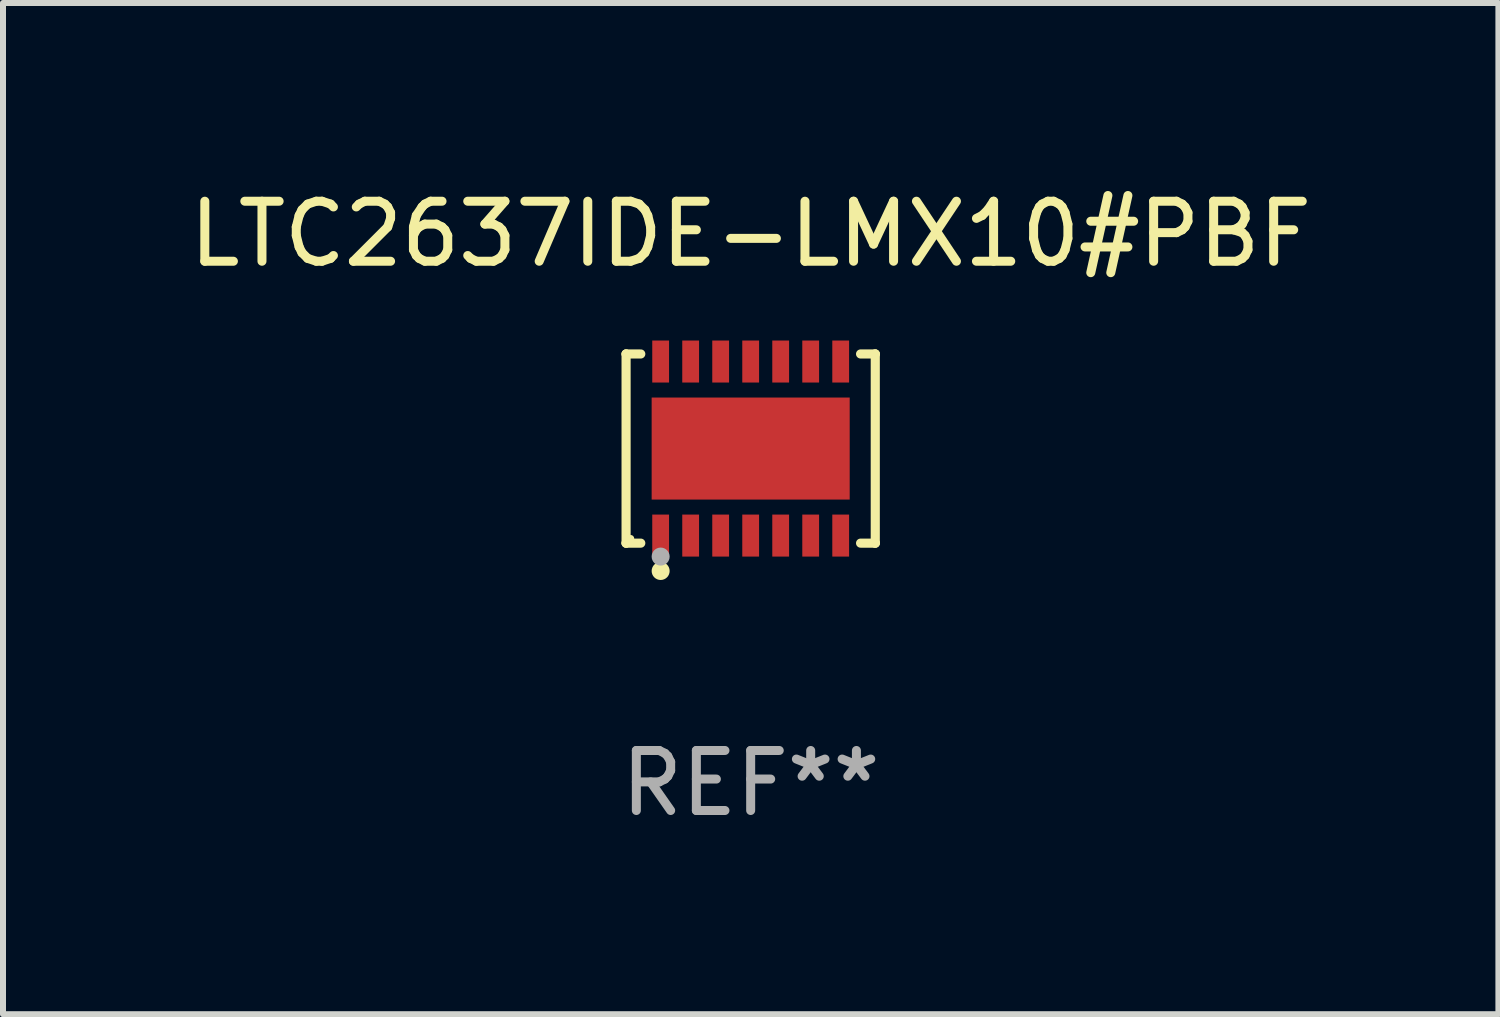
<source format=kicad_pcb>
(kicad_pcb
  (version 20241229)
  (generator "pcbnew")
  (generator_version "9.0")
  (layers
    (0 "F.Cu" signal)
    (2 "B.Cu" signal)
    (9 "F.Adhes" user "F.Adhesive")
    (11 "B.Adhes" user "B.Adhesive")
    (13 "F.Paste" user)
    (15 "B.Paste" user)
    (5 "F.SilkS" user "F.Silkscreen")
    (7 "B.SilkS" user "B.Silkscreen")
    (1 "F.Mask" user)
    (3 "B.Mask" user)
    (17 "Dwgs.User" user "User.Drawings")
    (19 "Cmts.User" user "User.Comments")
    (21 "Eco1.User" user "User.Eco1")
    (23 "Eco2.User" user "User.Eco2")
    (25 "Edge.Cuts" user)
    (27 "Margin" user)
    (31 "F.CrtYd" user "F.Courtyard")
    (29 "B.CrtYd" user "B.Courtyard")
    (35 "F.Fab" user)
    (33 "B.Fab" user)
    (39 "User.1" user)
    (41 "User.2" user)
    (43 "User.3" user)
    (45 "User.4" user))
  (footprint "LTC2637IDE-LMX10#PBF"
    (layer "F.Cu")
    (at 9.458 4.424)
    (property "Reference" "LTC2637IDE-LMX10#PBF" (at 0 -3.576 0) (layer "F.SilkS") (effects (font (size 1 1) (thickness 0.15))))
    (attr through_hole)
    (fp_line (start -2.076 -1.576) (end -2.076 -1.576) (stroke (width 0.152) (type solid)) (layer "F.SilkS"))
    (fp_line (start -2.076 -1.576) (end -1.831 -1.576) (stroke (width 0.152) (type solid)) (layer "F.SilkS"))
    (fp_line (start -2.076 1.576) (end -2.076 -1.576) (stroke (width 0.152) (type solid)) (layer "F.SilkS"))
    (fp_line (start -2.076 1.576) (end -2.076 1.576) (stroke (width 0.152) (type solid)) (layer "F.SilkS"))
    (fp_line (start -1.831 1.576) (end -2.076 1.576) (stroke (width 0.152) (type solid)) (layer "F.SilkS"))
    (fp_line (start 1.831 1.576) (end 2.076 1.576) (stroke (width 0.152) (type solid)) (layer "F.SilkS"))
    (fp_line (start 2.076 -1.576) (end 1.831 -1.576) (stroke (width 0.152) (type solid)) (layer "F.SilkS"))
    (fp_line (start 2.076 -1.576) (end 2.076 -1.576) (stroke (width 0.152) (type solid)) (layer "F.SilkS"))
    (fp_line (start 2.076 1.576) (end 2.076 -1.576) (stroke (width 0.152) (type solid)) (layer "F.SilkS"))
    (fp_line (start 2.076 1.576) (end 2.076 1.576) (stroke (width 0.152) (type solid)) (layer "F.SilkS"))
    (fp_circle (center -2 1.5) (end -1.97 1.5) (stroke (width 0.06) (type solid)) (fill no) (layer "F.SilkS"))
    (fp_circle (center -1.5 2.04) (end -1.425 2.04) (stroke (width 0.15) (type solid)) (fill no) (layer "F.SilkS"))
    (fp_circle (center -1.5 1.8) (end -1.425 1.8) (stroke (width 0.15) (type solid)) (fill no) (layer "F.Fab"))
    (fp_text user "REF**" (at 0 5.576 0) (layer "F.Fab") (effects (font (size 1 1) (thickness 0.15))))
    (pad "1" smd rect (at -1.5 1.45) (size 0.28 0.7) (layers "F.Cu" "F.Mask" "F.Paste"))
    (pad "2" smd rect (at -1 1.45) (size 0.28 0.7) (layers "F.Cu" "F.Mask" "F.Paste"))
    (pad "3" smd rect (at -0.5 1.45) (size 0.28 0.7) (layers "F.Cu" "F.Mask" "F.Paste"))
    (pad "4" smd rect (at 0 1.45) (size 0.28 0.7) (layers "F.Cu" "F.Mask" "F.Paste"))
    (pad "5" smd rect (at 0.5 1.45) (size 0.28 0.7) (layers "F.Cu" "F.Mask" "F.Paste"))
    (pad "6" smd rect (at 1 1.45) (size 0.28 0.7) (layers "F.Cu" "F.Mask" "F.Paste"))
    (pad "7" smd rect (at 1.5 1.45) (size 0.28 0.7) (layers "F.Cu" "F.Mask" "F.Paste"))
    (pad "8" smd rect (at 1.5 -1.45) (size 0.28 0.7) (layers "F.Cu" "F.Mask" "F.Paste"))
    (pad "9" smd rect (at 1 -1.45) (size 0.28 0.7) (layers "F.Cu" "F.Mask" "F.Paste"))
    (pad "10" smd rect (at 0.5 -1.45) (size 0.28 0.7) (layers "F.Cu" "F.Mask" "F.Paste"))
    (pad "11" smd rect (at 0 -1.45) (size 0.28 0.7) (layers "F.Cu" "F.Mask" "F.Paste"))
    (pad "12" smd rect (at -0.5 -1.45) (size 0.28 0.7) (layers "F.Cu" "F.Mask" "F.Paste"))
    (pad "13" smd rect (at -1 -1.45) (size 0.28 0.7) (layers "F.Cu" "F.Mask" "F.Paste"))
    (pad "14" smd rect (at -1.5 -1.45) (size 0.28 0.7) (layers "F.Cu" "F.Mask" "F.Paste"))
    (pad "15" smd rect (at 0 0) (size 3.3 1.7) (layers "F.Cu" "F.Mask" "F.Paste")))
  (gr_rect
    (start -3 -3)
    (end 21.917 13.849)
    (stroke (width 0.1) (type default))
    (fill no)
    (layer "Edge.Cuts")))
</source>
